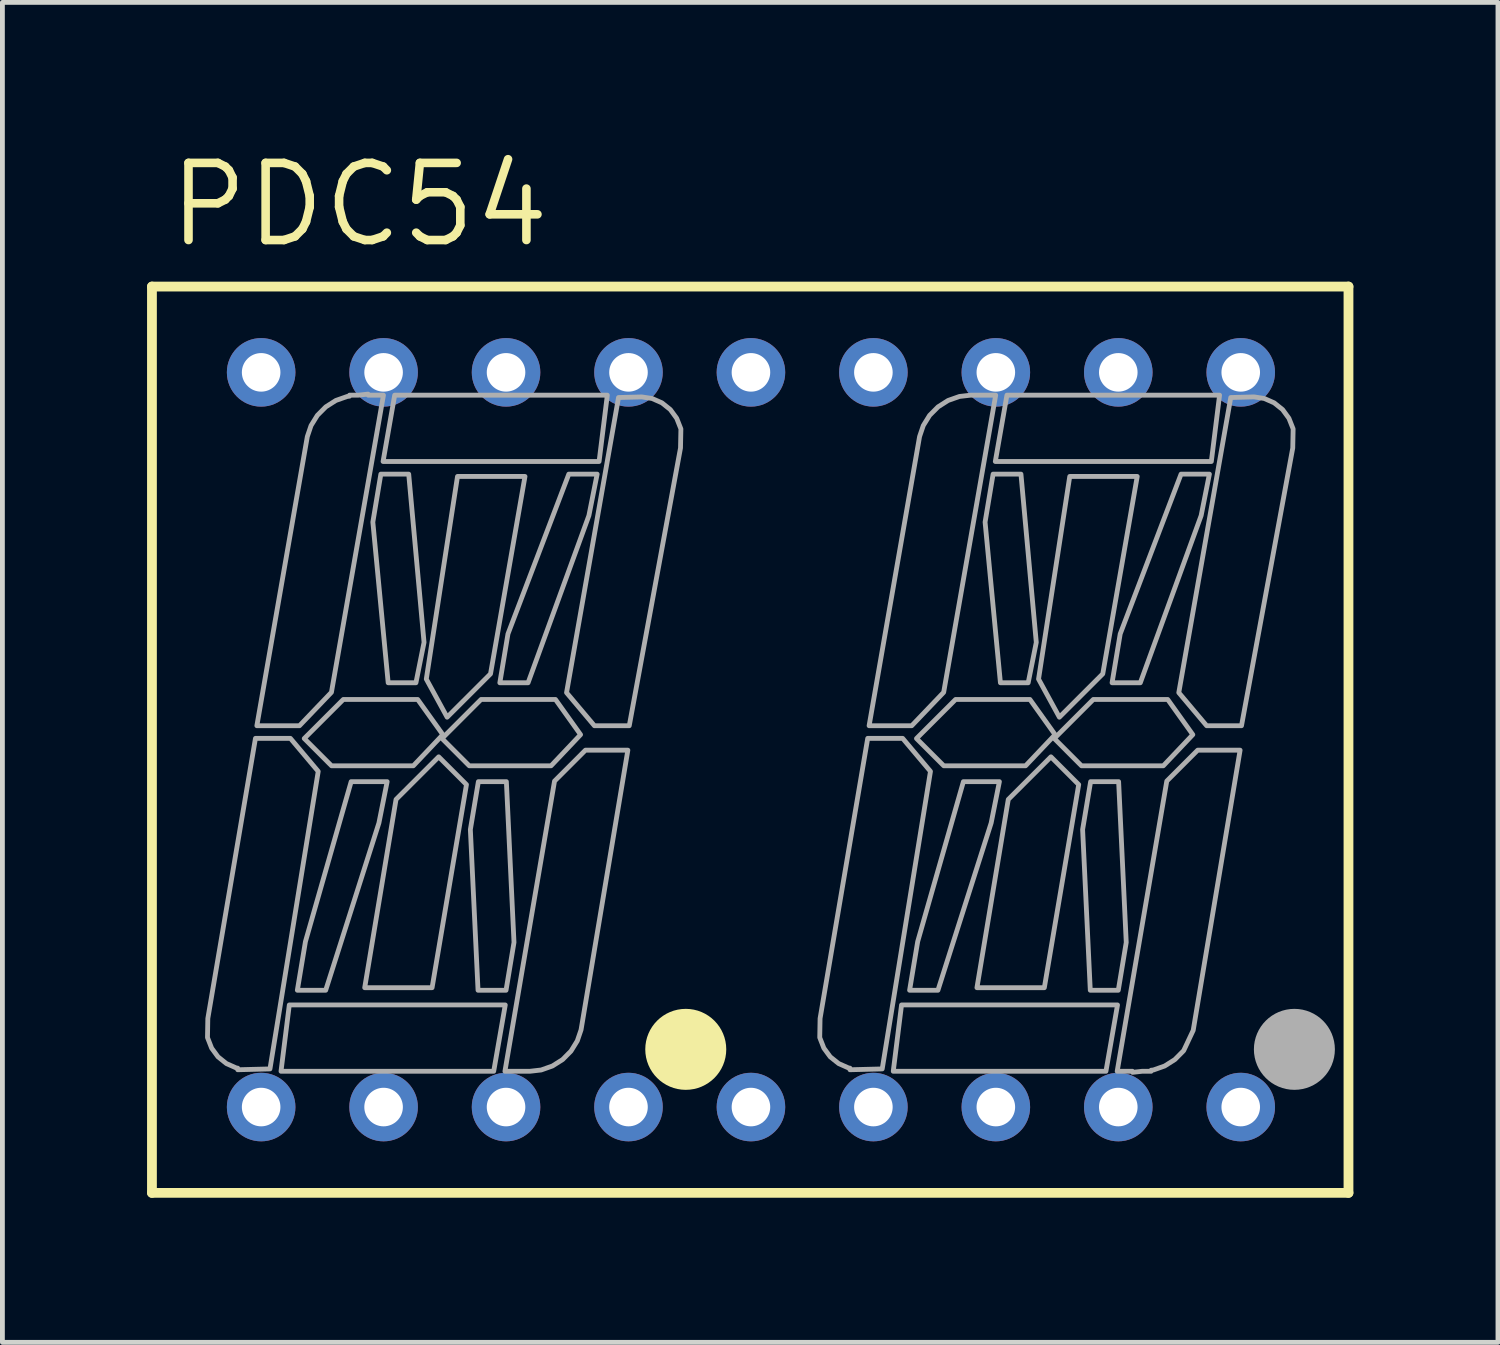
<source format=kicad_pcb>
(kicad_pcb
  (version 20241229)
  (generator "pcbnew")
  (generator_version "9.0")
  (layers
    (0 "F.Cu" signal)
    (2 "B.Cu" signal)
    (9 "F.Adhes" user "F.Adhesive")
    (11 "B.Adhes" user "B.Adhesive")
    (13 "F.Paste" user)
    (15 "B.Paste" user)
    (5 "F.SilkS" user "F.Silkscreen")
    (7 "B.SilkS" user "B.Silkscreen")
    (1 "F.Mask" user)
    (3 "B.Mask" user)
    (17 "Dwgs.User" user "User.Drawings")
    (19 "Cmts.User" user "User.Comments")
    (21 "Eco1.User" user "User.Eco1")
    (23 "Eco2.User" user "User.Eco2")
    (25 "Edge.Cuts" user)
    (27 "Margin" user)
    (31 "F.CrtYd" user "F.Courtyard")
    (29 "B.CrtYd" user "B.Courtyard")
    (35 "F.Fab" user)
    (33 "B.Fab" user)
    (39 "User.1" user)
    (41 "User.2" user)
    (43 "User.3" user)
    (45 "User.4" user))
  (footprint "PDC54"
    (layer "F.Cu")
    (at 12.527 12.294)
    (property "Reference" "PDC54" (at -12.165 -10.16 0) (unlocked yes) (layer "F.SilkS") (effects (font (size 1.6 1.6) (thickness 0.178)) (justify left bottom)))
    (fp_line (start -12.425 -9.4) (end 12.395 -9.4) (stroke (width 0.203) (type solid)) (layer "F.SilkS"))
    (fp_line (start -12.425 9.4) (end -12.425 -9.4) (stroke (width 0.203) (type solid)) (layer "F.SilkS"))
    (fp_line (start 12.395 -9.4) (end 12.395 9.4) (stroke (width 0.203) (type solid)) (layer "F.SilkS"))
    (fp_line (start 12.395 9.4) (end -12.425 9.4) (stroke (width 0.203) (type solid)) (layer "F.SilkS"))
    (fp_circle (center -1.352 6.423) (end -0.932 6.423) (stroke (width 0.84) (type solid)) (fill yes) (layer "F.SilkS"))
    (fp_circle (center 11.273 6.423) (end 11.693 6.423) (stroke (width 0.84) (type solid)) (fill no) (layer "F.Fab"))
    (fp_poly (pts (xy -5.336 6.878) (xy -9.748 6.878) (xy -9.576 5.502) (xy -5.096 5.502)) (stroke (width 0.1) (type default)) (fill no) (layer "F.Fab"))
    (fp_poly (pts (xy -3.15 -5.771) (xy -7.631 -5.771) (xy -7.39 -7.147) (xy -2.979 -7.147)) (stroke (width 0.1) (type default)) (fill no) (layer "F.Fab"))
    (fp_poly (pts (xy 7.364 6.878) (xy 2.952 6.878) (xy 3.124 5.502) (xy 7.604 5.502)) (stroke (width 0.1) (type default)) (fill no) (layer "F.Fab"))
    (fp_poly (pts (xy 9.55 -5.771) (xy 5.069 -5.771) (xy 5.31 -7.147) (xy 9.721 -7.147)) (stroke (width 0.1) (type default)) (fill no) (layer "F.Fab"))
    (fp_poly (pts (xy -5.901 0.931) (xy -6.614 5.144) (xy -8.012 5.144) (xy -7.362 1.239) (xy -6.477 0.355)) (stroke (width 0.1) (type default)) (fill no) (layer "F.Fab"))
    (fp_poly (pts (xy -5.402 -1.366) (xy -6.302 -0.467) (xy -6.734 -1.258) (xy -6.087 -5.461) (xy -4.687 -5.461)) (stroke (width 0.1) (type default)) (fill no) (layer "F.Fab"))
    (fp_poly (pts (xy 6.799 0.931) (xy 6.086 5.144) (xy 4.688 5.144) (xy 5.338 1.239) (xy 6.223 0.355)) (stroke (width 0.1) (type default)) (fill no) (layer "F.Fab"))
    (fp_poly (pts (xy 7.298 -1.366) (xy 6.398 -0.467) (xy 5.966 -1.258) (xy 6.613 -5.461) (xy 8.013 -5.461)) (stroke (width 0.1) (type default)) (fill no) (layer "F.Fab"))
    (fp_poly (pts (xy -7.717 1.727) (xy -8.821 5.197) (xy -9.409 5.197) (xy -9.241 4.187) (xy -8.293 0.87) (xy -7.546 0.87)) (stroke (width 0.1) (type default)) (fill no) (layer "F.Fab"))
    (fp_poly (pts (xy -6.781 -2.019) (xy -6.949 -1.181) (xy -7.525 -1.181) (xy -7.843 -4.514) (xy -7.677 -5.509) (xy -7.099 -5.509)) (stroke (width 0.1) (type default)) (fill no) (layer "F.Fab"))
    (fp_poly (pts (xy -6.391 -0.105) (xy -7.003 0.541) (xy -8.7 0.541) (xy -9.266 -0.025) (xy -8.455 -0.835) (xy -6.913 -0.835)) (stroke (width 0.1) (type default)) (fill no) (layer "F.Fab"))
    (fp_poly (pts (xy -4.915 4.204) (xy -5.08 5.197) (xy -5.661 5.197) (xy -5.82 1.863) (xy -5.654 0.87) (xy -5.073 0.87)) (stroke (width 0.1) (type default)) (fill no) (layer "F.Fab"))
    (fp_poly (pts (xy -3.534 -0.105) (xy -4.146 0.541) (xy -5.843 0.541) (xy -6.408 -0.025) (xy -5.598 -0.835) (xy -4.055 -0.835)) (stroke (width 0.1) (type default)) (fill no) (layer "F.Fab"))
    (fp_poly (pts (xy -3.361 -4.65) (xy -4.623 -1.181) (xy -5.209 -1.181) (xy -5.04 -2.195) (xy -3.778 -5.509) (xy -3.19 -5.509)) (stroke (width 0.1) (type default)) (fill no) (layer "F.Fab"))
    (fp_poly (pts (xy 4.983 1.727) (xy 3.879 5.197) (xy 3.291 5.197) (xy 3.459 4.187) (xy 4.407 0.87) (xy 5.154 0.87)) (stroke (width 0.1) (type default)) (fill no) (layer "F.Fab"))
    (fp_poly (pts (xy 5.919 -2.019) (xy 5.751 -1.181) (xy 5.175 -1.181) (xy 4.857 -4.514) (xy 5.023 -5.509) (xy 5.601 -5.509)) (stroke (width 0.1) (type default)) (fill no) (layer "F.Fab"))
    (fp_poly (pts (xy 6.309 -0.105) (xy 5.697 0.541) (xy 4 0.541) (xy 3.434 -0.025) (xy 4.245 -0.835) (xy 5.787 -0.835)) (stroke (width 0.1) (type default)) (fill no) (layer "F.Fab"))
    (fp_poly (pts (xy 7.785 4.204) (xy 7.62 5.197) (xy 7.039 5.197) (xy 6.88 1.863) (xy 7.046 0.87) (xy 7.627 0.87)) (stroke (width 0.1) (type default)) (fill no) (layer "F.Fab"))
    (fp_poly (pts (xy 9.166 -0.105) (xy 8.554 0.541) (xy 6.857 0.541) (xy 6.292 -0.025) (xy 7.102 -0.835) (xy 8.645 -0.835)) (stroke (width 0.1) (type default)) (fill no) (layer "F.Fab"))
    (fp_poly (pts (xy 9.339 -4.65) (xy 8.077 -1.181) (xy 7.491 -1.181) (xy 7.66 -2.195) (xy 8.922 -5.509) (xy 9.51 -5.509)) (stroke (width 0.1) (type default)) (fill no) (layer "F.Fab"))
    (fp_poly (pts (xy -3.524 6.018) (xy -3.602 6.247) (xy -3.733 6.459) (xy -3.907 6.635) (xy -4.117 6.768) (xy -4.351 6.851) (xy -4.587 6.878) (xy -5.103 6.878) (xy -4.074 0.858) (xy -3.433 0.217) (xy -2.553 0.217)) (stroke (width 0.1) (type default)) (fill no) (layer "F.Fab"))
    (fp_poly (pts (xy 3.998 -0.983) (xy 3.335 -0.29) (xy 2.451 -0.29) (xy 3.498 -6.288) (xy 3.575 -6.516) (xy 3.706 -6.728) (xy 3.881 -6.904) (xy 4.09 -7.037) (xy 4.325 -7.12) (xy 4.56 -7.147) (xy 5.077 -7.147)) (stroke (width 0.1) (type default)) (fill no) (layer "F.Fab"))
    (fp_poly (pts (xy 10.649 -7.078) (xy 10.853 -6.988) (xy 11.028 -6.848) (xy 11.16 -6.667) (xy 11.247 -6.447) (xy 11.239 -6.051) (xy 10.176 -0.29) (xy 9.453 -0.29) (xy 8.875 -0.976) (xy 9.953 -7.098) (xy 10.436 -7.111)) (stroke (width 0.1) (type default)) (fill no) (layer "F.Fab"))
    (fp_poly (pts (xy -8.976 0.657) (xy -9.977 6.829) (xy -10.646 6.846) (xy -10.646 6.813) (xy -10.675 6.809) (xy -10.88 6.718) (xy -11.055 6.578) (xy -11.187 6.398) (xy -11.273 6.178) (xy -11.266 5.783) (xy -10.278 -0.028) (xy -9.553 -0.028)) (stroke (width 0.1) (type default)) (fill no) (layer "F.Fab"))
    (fp_poly (pts (xy -2.051 -7.078) (xy -1.847 -6.988) (xy -1.672 -6.848) (xy -1.54 -6.667) (xy -1.453 -6.447) (xy -1.461 -6.051) (xy -2.524 -0.29) (xy -3.247 -0.29) (xy -3.825 -0.976) (xy -2.747 -7.098) (xy -2.28 -7.11) (xy -2.262 -7.11)) (stroke (width 0.1) (type default)) (fill no) (layer "F.Fab"))
    (fp_poly (pts (xy 3.724 0.657) (xy 2.723 6.829) (xy 2.054 6.846) (xy 2.054 6.813) (xy 2.025 6.809) (xy 1.82 6.718) (xy 1.645 6.578) (xy 1.513 6.398) (xy 1.427 6.178) (xy 1.434 5.783) (xy 2.422 -0.028) (xy 3.147 -0.028)) (stroke (width 0.1) (type default)) (fill no) (layer "F.Fab"))
    (fp_poly (pts (xy 9.174 6.029) (xy 8.976 6.45) (xy 8.793 6.635) (xy 8.583 6.768) (xy 8.349 6.851) (xy 8.301 6.856) (xy 8.301 6.878) (xy 8.113 6.878) (xy 7.915 6.9) (xy 7.914 6.878) (xy 7.597 6.878) (xy 8.626 0.858) (xy 9.267 0.217) (xy 10.147 0.217)) (stroke (width 0.1) (type default)) (fill no) (layer "F.Fab"))
    (fp_poly (pts (xy -7.941 -7.147) (xy -7.623 -7.147) (xy -8.702 -0.983) (xy -9.365 -0.29) (xy -10.249 -0.29) (xy -9.202 -6.288) (xy -9.125 -6.516) (xy -8.994 -6.728) (xy -8.819 -6.904) (xy -8.61 -7.037) (xy -8.375 -7.12) (xy -8.327 -7.126) (xy -8.327 -7.147) (xy -8.14 -7.147) (xy -7.942 -7.169)) (stroke (width 0.1) (type default)) (fill no) (layer "F.Fab"))
    (pad "1" thru_hole circle (at -10.16 7.62) (size 1.422 1.422) (drill 0.8) (layers "*.Cu" "*.Mask"))
    (pad "2" thru_hole circle (at -7.62 7.62) (size 1.422 1.422) (drill 0.8) (layers "*.Cu" "*.Mask"))
    (pad "3" thru_hole circle (at -5.08 7.62) (size 1.422 1.422) (drill 0.8) (layers "*.Cu" "*.Mask"))
    (pad "4" thru_hole circle (at -2.54 7.62) (size 1.422 1.422) (drill 0.8) (layers "*.Cu" "*.Mask"))
    (pad "5" thru_hole circle (at 0 7.62) (size 1.422 1.422) (drill 0.8) (layers "*.Cu" "*.Mask"))
    (pad "6" thru_hole circle (at 2.54 7.62) (size 1.422 1.422) (drill 0.8) (layers "*.Cu" "*.Mask"))
    (pad "7" thru_hole circle (at 5.08 7.62) (size 1.422 1.422) (drill 0.8) (layers "*.Cu" "*.Mask"))
    (pad "8" thru_hole circle (at 7.62 7.62) (size 1.422 1.422) (drill 0.8) (layers "*.Cu" "*.Mask"))
    (pad "9" thru_hole circle (at 10.16 7.62) (size 1.422 1.422) (drill 0.8) (layers "*.Cu" "*.Mask"))
    (pad "10" thru_hole circle (at 10.16 -7.62 180) (size 1.422 1.422) (drill 0.8) (layers "*.Cu" "*.Mask"))
    (pad "11" thru_hole circle (at 7.62 -7.62 180) (size 1.422 1.422) (drill 0.8) (layers "*.Cu" "*.Mask"))
    (pad "12" thru_hole circle (at 5.08 -7.62 180) (size 1.422 1.422) (drill 0.8) (layers "*.Cu" "*.Mask"))
    (pad "13" thru_hole circle (at 2.54 -7.62 180) (size 1.422 1.422) (drill 0.8) (layers "*.Cu" "*.Mask"))
    (pad "14" thru_hole circle (at 0 -7.62 180) (size 1.422 1.422) (drill 0.8) (layers "*.Cu" "*.Mask"))
    (pad "15" thru_hole circle (at -2.54 -7.62 180) (size 1.422 1.422) (drill 0.8) (layers "*.Cu" "*.Mask"))
    (pad "16" thru_hole circle (at -5.08 -7.62 180) (size 1.422 1.422) (drill 0.8) (layers "*.Cu" "*.Mask"))
    (pad "17" thru_hole circle (at -7.62 -7.62 180) (size 1.422 1.422) (drill 0.8) (layers "*.Cu" "*.Mask"))
    (pad "18" thru_hole circle (at -10.16 -7.62 180) (size 1.422 1.422) (drill 0.8) (layers "*.Cu" "*.Mask")))
  (gr_rect
    (start -3 -3)
    (end 28.023 24.795)
    (stroke (width 0.1) (type default))
    (fill no)
    (layer "Edge.Cuts")))
</source>
